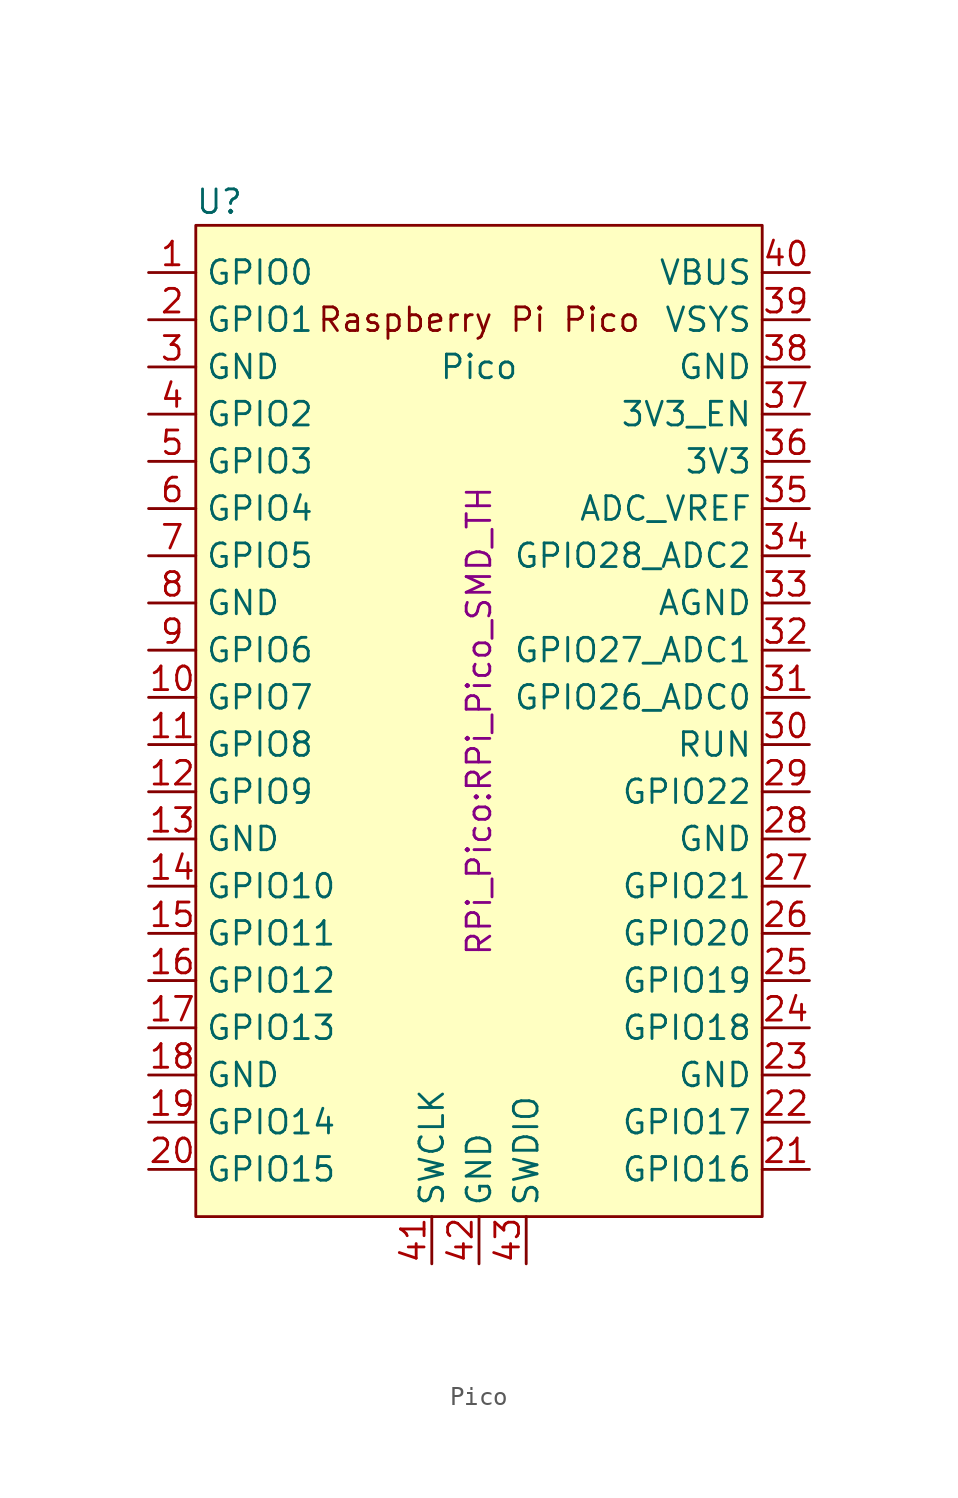
<source format=kicad_sym>
(kicad_symbol_lib
  (version 20220914)
  (generator kicad_symbol_editor)
  (symbol "Pico"
    (property "Reference" "U"
      (at -13.97 27.94 0)
      (effects (font (size 1.27 1.27))))
    (property "Value" "Pico"
      (at 0 19.05 0)
      (effects (font (size 1.27 1.27))))
    (property "Footprint" "RPi_Pico:RPi_Pico_SMD_TH"
      (at 0 0 90)
      (effects (font (size 1.27 1.27))))
    (symbol "Pico_0_0"
      (text "Raspberry Pi Pico" (at 0 21.59 0) (effects (font (size 1.27 1.27)))))
    (symbol "Pico_0_1"
      (rectangle (start -15.24 26.67) (end 15.24 -26.67) (stroke (width 0) (type default)) (fill (type background))))
    (symbol "Pico_1_1"
      (pin bidirectional line (at -17.78 24.13 0) (length 2.54) (name "GPIO0" (effects (font (size 1.27 1.27)))) (number "1" (effects (font (size 1.27 1.27)))))
      (pin bidirectional line (at -17.78 1.27 0) (length 2.54) (name "GPIO7" (effects (font (size 1.27 1.27)))) (number "10" (effects (font (size 1.27 1.27)))))
      (pin bidirectional line (at -17.78 -1.27 0) (length 2.54) (name "GPIO8" (effects (font (size 1.27 1.27)))) (number "11" (effects (font (size 1.27 1.27)))))
      (pin bidirectional line (at -17.78 -3.81 0) (length 2.54) (name "GPIO9" (effects (font (size 1.27 1.27)))) (number "12" (effects (font (size 1.27 1.27)))))
      (pin power_in line (at -17.78 -6.35 0) (length 2.54) (name "GND" (effects (font (size 1.27 1.27)))) (number "13" (effects (font (size 1.27 1.27)))))
      (pin bidirectional line (at -17.78 -8.89 0) (length 2.54) (name "GPIO10" (effects (font (size 1.27 1.27)))) (number "14" (effects (font (size 1.27 1.27)))))
      (pin bidirectional line (at -17.78 -11.43 0) (length 2.54) (name "GPIO11" (effects (font (size 1.27 1.27)))) (number "15" (effects (font (size 1.27 1.27)))))
      (pin bidirectional line (at -17.78 -13.97 0) (length 2.54) (name "GPIO12" (effects (font (size 1.27 1.27)))) (number "16" (effects (font (size 1.27 1.27)))))
      (pin bidirectional line (at -17.78 -16.51 0) (length 2.54) (name "GPIO13" (effects (font (size 1.27 1.27)))) (number "17" (effects (font (size 1.27 1.27)))))
      (pin power_in line (at -17.78 -19.05 0) (length 2.54) (name "GND" (effects (font (size 1.27 1.27)))) (number "18" (effects (font (size 1.27 1.27)))))
      (pin bidirectional line (at -17.78 -21.59 0) (length 2.54) (name "GPIO14" (effects (font (size 1.27 1.27)))) (number "19" (effects (font (size 1.27 1.27)))))
      (pin bidirectional line (at -17.78 21.59 0) (length 2.54) (name "GPIO1" (effects (font (size 1.27 1.27)))) (number "2" (effects (font (size 1.27 1.27)))))
      (pin bidirectional line (at -17.78 -24.13 0) (length 2.54) (name "GPIO15" (effects (font (size 1.27 1.27)))) (number "20" (effects (font (size 1.27 1.27)))))
      (pin bidirectional line (at 17.78 -24.13 180) (length 2.54) (name "GPIO16" (effects (font (size 1.27 1.27)))) (number "21" (effects (font (size 1.27 1.27)))))
      (pin bidirectional line (at 17.78 -21.59 180) (length 2.54) (name "GPIO17" (effects (font (size 1.27 1.27)))) (number "22" (effects (font (size 1.27 1.27)))))
      (pin power_in line (at 17.78 -19.05 180) (length 2.54) (name "GND" (effects (font (size 1.27 1.27)))) (number "23" (effects (font (size 1.27 1.27)))))
      (pin bidirectional line (at 17.78 -16.51 180) (length 2.54) (name "GPIO18" (effects (font (size 1.27 1.27)))) (number "24" (effects (font (size 1.27 1.27)))))
      (pin bidirectional line (at 17.78 -13.97 180) (length 2.54) (name "GPIO19" (effects (font (size 1.27 1.27)))) (number "25" (effects (font (size 1.27 1.27)))))
      (pin bidirectional line (at 17.78 -11.43 180) (length 2.54) (name "GPIO20" (effects (font (size 1.27 1.27)))) (number "26" (effects (font (size 1.27 1.27)))))
      (pin bidirectional line (at 17.78 -8.89 180) (length 2.54) (name "GPIO21" (effects (font (size 1.27 1.27)))) (number "27" (effects (font (size 1.27 1.27)))))
      (pin power_in line (at 17.78 -6.35 180) (length 2.54) (name "GND" (effects (font (size 1.27 1.27)))) (number "28" (effects (font (size 1.27 1.27)))))
      (pin bidirectional line (at 17.78 -3.81 180) (length 2.54) (name "GPIO22" (effects (font (size 1.27 1.27)))) (number "29" (effects (font (size 1.27 1.27)))))
      (pin power_in line (at -17.78 19.05 0) (length 2.54) (name "GND" (effects (font (size 1.27 1.27)))) (number "3" (effects (font (size 1.27 1.27)))))
      (pin input line (at 17.78 -1.27 180) (length 2.54) (name "RUN" (effects (font (size 1.27 1.27)))) (number "30" (effects (font (size 1.27 1.27)))))
      (pin bidirectional line (at 17.78 1.27 180) (length 2.54) (name "GPIO26_ADC0" (effects (font (size 1.27 1.27)))) (number "31" (effects (font (size 1.27 1.27)))))
      (pin bidirectional line (at 17.78 3.81 180) (length 2.54) (name "GPIO27_ADC1" (effects (font (size 1.27 1.27)))) (number "32" (effects (font (size 1.27 1.27)))))
      (pin power_in line (at 17.78 6.35 180) (length 2.54) (name "AGND" (effects (font (size 1.27 1.27)))) (number "33" (effects (font (size 1.27 1.27)))))
      (pin bidirectional line (at 17.78 8.89 180) (length 2.54) (name "GPIO28_ADC2" (effects (font (size 1.27 1.27)))) (number "34" (effects (font (size 1.27 1.27)))))
      (pin power_in line (at 17.78 11.43 180) (length 2.54) (name "ADC_VREF" (effects (font (size 1.27 1.27)))) (number "35" (effects (font (size 1.27 1.27)))))
      (pin power_in line (at 17.78 13.97 180) (length 2.54) (name "3V3" (effects (font (size 1.27 1.27)))) (number "36" (effects (font (size 1.27 1.27)))))
      (pin input line (at 17.78 16.51 180) (length 2.54) (name "3V3_EN" (effects (font (size 1.27 1.27)))) (number "37" (effects (font (size 1.27 1.27)))))
      (pin power_in line (at 17.78 19.05 180) (length 2.54) (name "GND" (effects (font (size 1.27 1.27)))) (number "38" (effects (font (size 1.27 1.27)))))
      (pin power_in line (at 17.78 21.59 180) (length 2.54) (name "VSYS" (effects (font (size 1.27 1.27)))) (number "39" (effects (font (size 1.27 1.27)))))
      (pin bidirectional line (at -17.78 16.51 0) (length 2.54) (name "GPIO2" (effects (font (size 1.27 1.27)))) (number "4" (effects (font (size 1.27 1.27)))))
      (pin power_in line (at 17.78 24.13 180) (length 2.54) (name "VBUS" (effects (font (size 1.27 1.27)))) (number "40" (effects (font (size 1.27 1.27)))))
      (pin input line (at -2.54 -29.21 90) (length 2.54) (name "SWCLK" (effects (font (size 1.27 1.27)))) (number "41" (effects (font (size 1.27 1.27)))))
      (pin power_in line (at 0 -29.21 90) (length 2.54) (name "GND" (effects (font (size 1.27 1.27)))) (number "42" (effects (font (size 1.27 1.27)))))
      (pin bidirectional line (at 2.54 -29.21 90) (length 2.54) (name "SWDIO" (effects (font (size 1.27 1.27)))) (number "43" (effects (font (size 1.27 1.27)))))
      (pin bidirectional line (at -17.78 13.97 0) (length 2.54) (name "GPIO3" (effects (font (size 1.27 1.27)))) (number "5" (effects (font (size 1.27 1.27)))))
      (pin bidirectional line (at -17.78 11.43 0) (length 2.54) (name "GPIO4" (effects (font (size 1.27 1.27)))) (number "6" (effects (font (size 1.27 1.27)))))
      (pin bidirectional line (at -17.78 8.89 0) (length 2.54) (name "GPIO5" (effects (font (size 1.27 1.27)))) (number "7" (effects (font (size 1.27 1.27)))))
      (pin power_in line (at -17.78 6.35 0) (length 2.54) (name "GND" (effects (font (size 1.27 1.27)))) (number "8" (effects (font (size 1.27 1.27)))))
      (pin bidirectional line (at -17.78 3.81 0) (length 2.54) (name "GPIO6" (effects (font (size 1.27 1.27)))) (number "9" (effects (font (size 1.27 1.27))))))))
</source>
